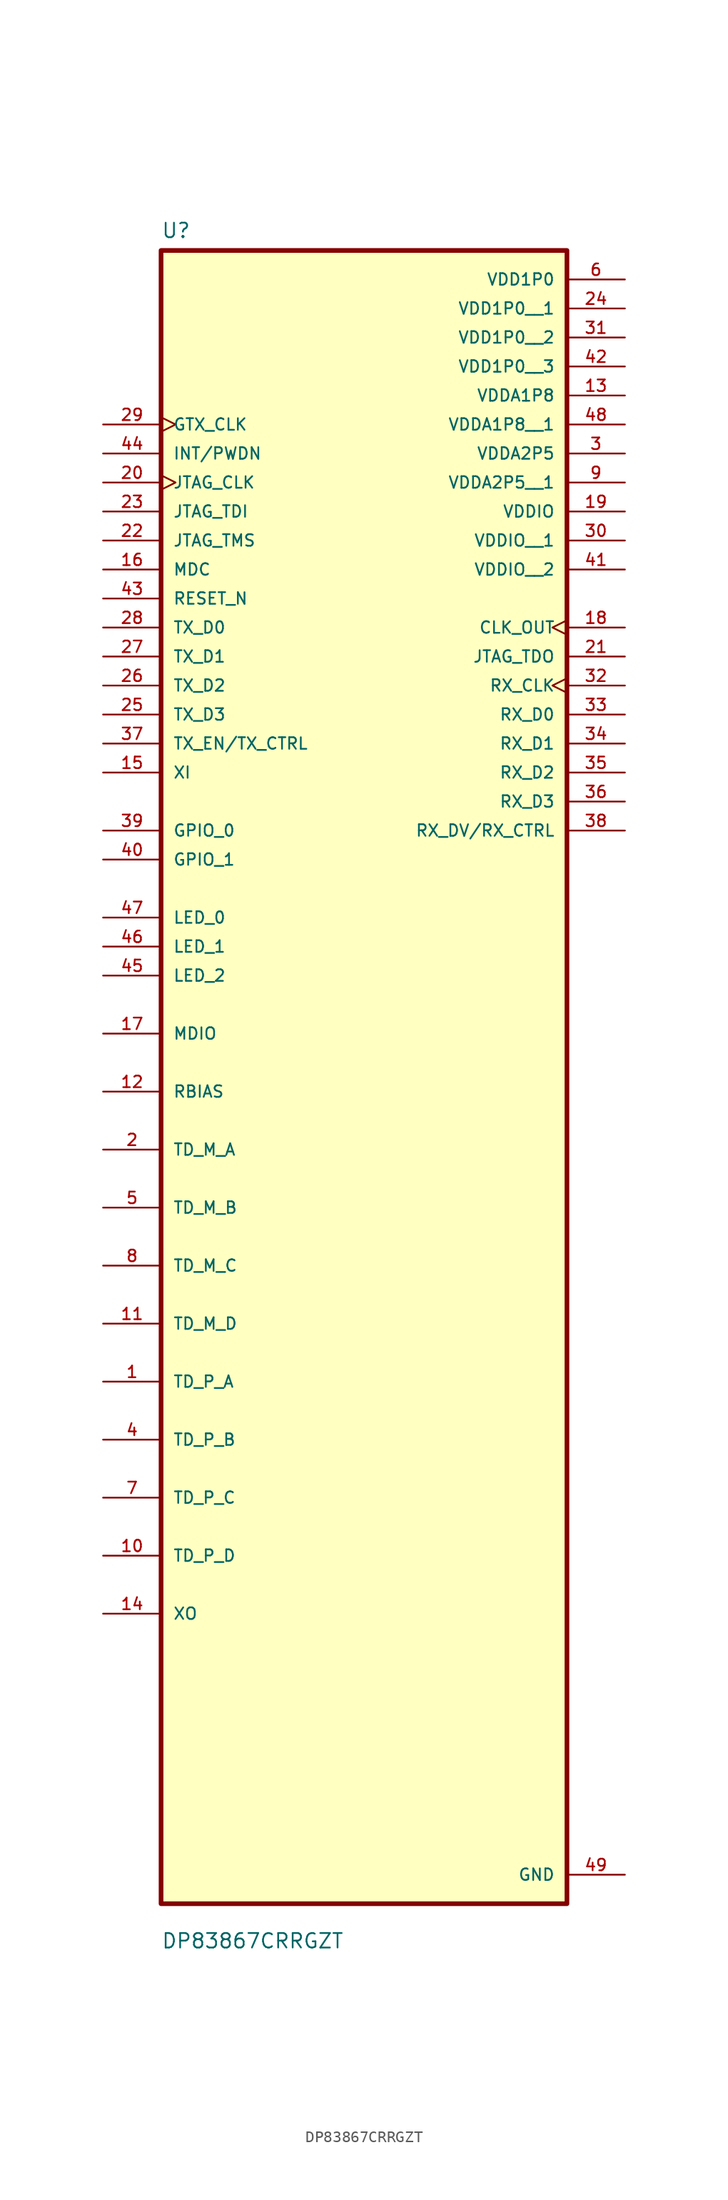
<source format=kicad_sym>
(kicad_symbol_lib
  (version 20211014)
  (generator kicad_symbol_editor)
  (symbol "DP83867CRRGZT"
    (pin_names
      (offset 1.016))
    (property "Reference" "U"
      (at -17.78 64.5 0.0)
      (effects (font (size 1.27 1.27)) (justify bottom left)))
    (property "Value" "DP83867CRRGZT"
      (at -17.78 -85.28 0.0)
      (effects (font (size 1.27 1.27)) (justify bottom left)))
    (symbol "DP83867CRRGZT_0_0"
      (rectangle (start -17.78 -81.28) (end 17.78 63.5) (stroke (width 0.41)) (fill (type background)))
      (pin input clock (at -22.86 48.26 0) (length 5.08) (name "GTX_CLK" (effects (font (size 1.016 1.016)))) (number "29" (effects (font (size 1.016 1.016)))))
      (pin input line (at -22.86 45.72 0) (length 5.08) (name "INT/PWDN" (effects (font (size 1.016 1.016)))) (number "44" (effects (font (size 1.016 1.016)))))
      (pin input clock (at -22.86 43.18 0) (length 5.08) (name "JTAG_CLK" (effects (font (size 1.016 1.016)))) (number "20" (effects (font (size 1.016 1.016)))))
      (pin input line (at -22.86 40.64 0) (length 5.08) (name "JTAG_TDI" (effects (font (size 1.016 1.016)))) (number "23" (effects (font (size 1.016 1.016)))))
      (pin input line (at -22.86 38.1 0) (length 5.08) (name "JTAG_TMS" (effects (font (size 1.016 1.016)))) (number "22" (effects (font (size 1.016 1.016)))))
      (pin input line (at -22.86 35.56 0) (length 5.08) (name "MDC" (effects (font (size 1.016 1.016)))) (number "16" (effects (font (size 1.016 1.016)))))
      (pin input line (at -22.86 33.02 0) (length 5.08) (name "RESET_N" (effects (font (size 1.016 1.016)))) (number "43" (effects (font (size 1.016 1.016)))))
      (pin input line (at -22.86 30.48 0) (length 5.08) (name "TX_D0" (effects (font (size 1.016 1.016)))) (number "28" (effects (font (size 1.016 1.016)))))
      (pin input line (at -22.86 27.94 0) (length 5.08) (name "TX_D1" (effects (font (size 1.016 1.016)))) (number "27" (effects (font (size 1.016 1.016)))))
      (pin input line (at -22.86 25.4 0) (length 5.08) (name "TX_D2" (effects (font (size 1.016 1.016)))) (number "26" (effects (font (size 1.016 1.016)))))
      (pin input line (at -22.86 22.86 0) (length 5.08) (name "TX_D3" (effects (font (size 1.016 1.016)))) (number "25" (effects (font (size 1.016 1.016)))))
      (pin input line (at -22.86 20.32 0) (length 5.08) (name "TX_EN/TX_CTRL" (effects (font (size 1.016 1.016)))) (number "37" (effects (font (size 1.016 1.016)))))
      (pin input line (at -22.86 17.78 0) (length 5.08) (name "XI" (effects (font (size 1.016 1.016)))) (number "15" (effects (font (size 1.016 1.016)))))
      (pin bidirectional line (at -22.86 12.7 0) (length 5.08) (name "GPIO_0" (effects (font (size 1.016 1.016)))) (number "39" (effects (font (size 1.016 1.016)))))
      (pin bidirectional line (at -22.86 10.16 0) (length 5.08) (name "GPIO_1" (effects (font (size 1.016 1.016)))) (number "40" (effects (font (size 1.016 1.016)))))
      (pin bidirectional line (at -22.86 5.08 0) (length 5.08) (name "LED_0" (effects (font (size 1.016 1.016)))) (number "47" (effects (font (size 1.016 1.016)))))
      (pin bidirectional line (at -22.86 2.54 0) (length 5.08) (name "LED_1" (effects (font (size 1.016 1.016)))) (number "46" (effects (font (size 1.016 1.016)))))
      (pin bidirectional line (at -22.86 1.77636e-14 0) (length 5.08) (name "LED_2" (effects (font (size 1.016 1.016)))) (number "45" (effects (font (size 1.016 1.016)))))
      (pin bidirectional line (at -22.86 -5.08 0) (length 5.08) (name "MDIO" (effects (font (size 1.016 1.016)))) (number "17" (effects (font (size 1.016 1.016)))))
      (pin bidirectional line (at -22.86 -10.16 0) (length 5.08) (name "RBIAS" (effects (font (size 1.016 1.016)))) (number "12" (effects (font (size 1.016 1.016)))))
      (pin bidirectional line (at -22.86 -15.24 0) (length 5.08) (name "TD_M_A" (effects (font (size 1.016 1.016)))) (number "2" (effects (font (size 1.016 1.016)))))
      (pin bidirectional line (at -22.86 -20.32 0) (length 5.08) (name "TD_M_B" (effects (font (size 1.016 1.016)))) (number "5" (effects (font (size 1.016 1.016)))))
      (pin bidirectional line (at -22.86 -25.4 0) (length 5.08) (name "TD_M_C" (effects (font (size 1.016 1.016)))) (number "8" (effects (font (size 1.016 1.016)))))
      (pin bidirectional line (at -22.86 -30.48 0) (length 5.08) (name "TD_M_D" (effects (font (size 1.016 1.016)))) (number "11" (effects (font (size 1.016 1.016)))))
      (pin bidirectional line (at -22.86 -35.56 0) (length 5.08) (name "TD_P_A" (effects (font (size 1.016 1.016)))) (number "1" (effects (font (size 1.016 1.016)))))
      (pin bidirectional line (at -22.86 -40.64 0) (length 5.08) (name "TD_P_B" (effects (font (size 1.016 1.016)))) (number "4" (effects (font (size 1.016 1.016)))))
      (pin bidirectional line (at -22.86 -45.72 0) (length 5.08) (name "TD_P_C" (effects (font (size 1.016 1.016)))) (number "7" (effects (font (size 1.016 1.016)))))
      (pin bidirectional line (at -22.86 -50.8 0) (length 5.08) (name "TD_P_D" (effects (font (size 1.016 1.016)))) (number "10" (effects (font (size 1.016 1.016)))))
      (pin bidirectional line (at -22.86 -55.88 0) (length 5.08) (name "XO" (effects (font (size 1.016 1.016)))) (number "14" (effects (font (size 1.016 1.016)))))
      (pin power_in line (at 22.86 60.96 180.0) (length 5.08) (name "VDD1P0" (effects (font (size 1.016 1.016)))) (number "6" (effects (font (size 1.016 1.016)))))
      (pin power_in line (at 22.86 50.8 180.0) (length 5.08) (name "VDDA1P8" (effects (font (size 1.016 1.016)))) (number "13" (effects (font (size 1.016 1.016)))))
      (pin power_in line (at 22.86 45.72 180.0) (length 5.08) (name "VDDA2P5" (effects (font (size 1.016 1.016)))) (number "3" (effects (font (size 1.016 1.016)))))
      (pin power_in line (at 22.86 40.64 180.0) (length 5.08) (name "VDDIO" (effects (font (size 1.016 1.016)))) (number "19" (effects (font (size 1.016 1.016)))))
      (pin output clock (at 22.86 30.48 180.0) (length 5.08) (name "CLK_OUT" (effects (font (size 1.016 1.016)))) (number "18" (effects (font (size 1.016 1.016)))))
      (pin output line (at 22.86 27.94 180.0) (length 5.08) (name "JTAG_TDO" (effects (font (size 1.016 1.016)))) (number "21" (effects (font (size 1.016 1.016)))))
      (pin output clock (at 22.86 25.4 180.0) (length 5.08) (name "RX_CLK" (effects (font (size 1.016 1.016)))) (number "32" (effects (font (size 1.016 1.016)))))
      (pin output line (at 22.86 22.86 180.0) (length 5.08) (name "RX_D0" (effects (font (size 1.016 1.016)))) (number "33" (effects (font (size 1.016 1.016)))))
      (pin output line (at 22.86 20.32 180.0) (length 5.08) (name "RX_D1" (effects (font (size 1.016 1.016)))) (number "34" (effects (font (size 1.016 1.016)))))
      (pin output line (at 22.86 17.78 180.0) (length 5.08) (name "RX_D2" (effects (font (size 1.016 1.016)))) (number "35" (effects (font (size 1.016 1.016)))))
      (pin output line (at 22.86 15.24 180.0) (length 5.08) (name "RX_D3" (effects (font (size 1.016 1.016)))) (number "36" (effects (font (size 1.016 1.016)))))
      (pin output line (at 22.86 12.7 180.0) (length 5.08) (name "RX_DV/RX_CTRL" (effects (font (size 1.016 1.016)))) (number "38" (effects (font (size 1.016 1.016)))))
      (pin power_in line (at 22.86 -78.74 180.0) (length 5.08) (name "GND" (effects (font (size 1.016 1.016)))) (number "49" (effects (font (size 1.016 1.016)))))
      (pin power_in line (at 22.86 58.42 180.0) (length 5.08) (name "VDD1P0__1" (effects (font (size 1.016 1.016)))) (number "24" (effects (font (size 1.016 1.016)))))
      (pin power_in line (at 22.86 55.88 180.0) (length 5.08) (name "VDD1P0__2" (effects (font (size 1.016 1.016)))) (number "31" (effects (font (size 1.016 1.016)))))
      (pin power_in line (at 22.86 53.34 180.0) (length 5.08) (name "VDD1P0__3" (effects (font (size 1.016 1.016)))) (number "42" (effects (font (size 1.016 1.016)))))
      (pin power_in line (at 22.86 48.26 180.0) (length 5.08) (name "VDDA1P8__1" (effects (font (size 1.016 1.016)))) (number "48" (effects (font (size 1.016 1.016)))))
      (pin power_in line (at 22.86 43.18 180.0) (length 5.08) (name "VDDA2P5__1" (effects (font (size 1.016 1.016)))) (number "9" (effects (font (size 1.016 1.016)))))
      (pin power_in line (at 22.86 38.1 180.0) (length 5.08) (name "VDDIO__1" (effects (font (size 1.016 1.016)))) (number "30" (effects (font (size 1.016 1.016)))))
      (pin power_in line (at 22.86 35.56 180.0) (length 5.08) (name "VDDIO__2" (effects (font (size 1.016 1.016)))) (number "41" (effects (font (size 1.016 1.016))))))))
</source>
